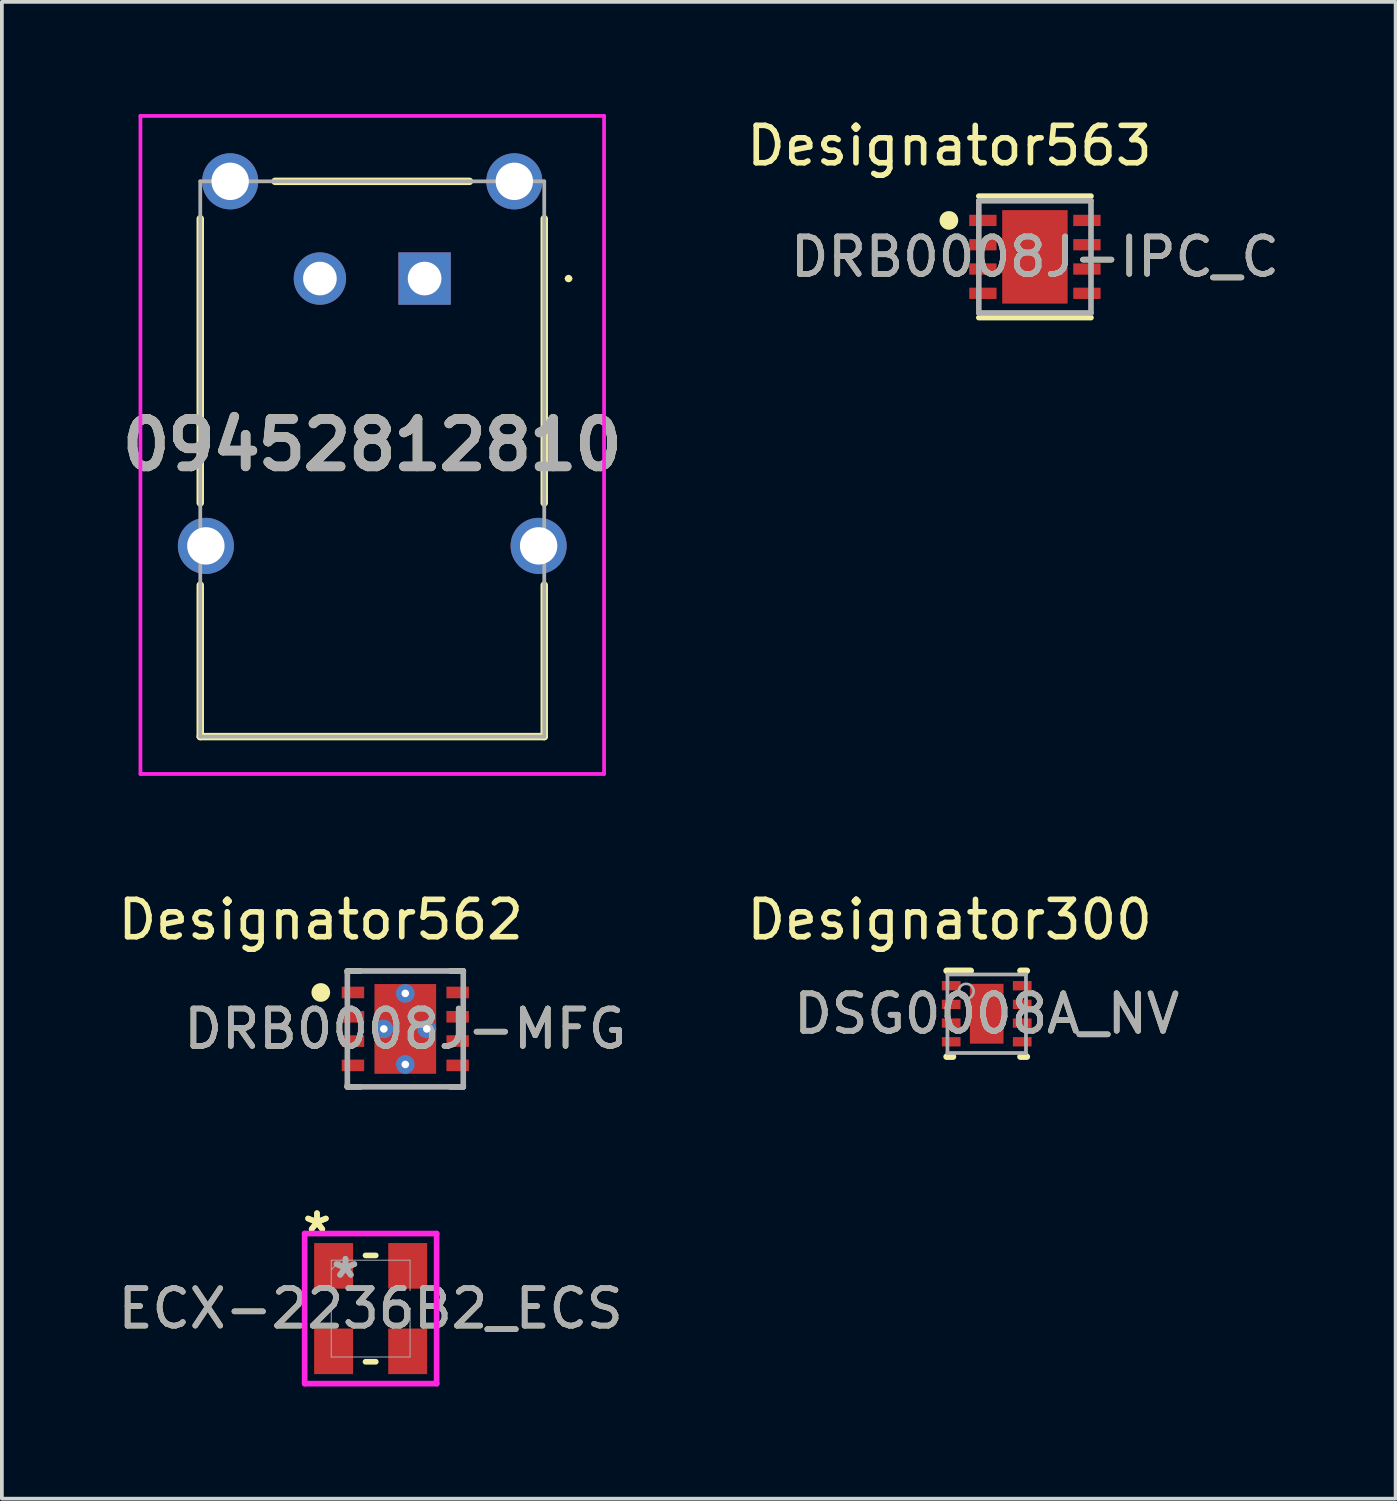
<source format=kicad_pcb>
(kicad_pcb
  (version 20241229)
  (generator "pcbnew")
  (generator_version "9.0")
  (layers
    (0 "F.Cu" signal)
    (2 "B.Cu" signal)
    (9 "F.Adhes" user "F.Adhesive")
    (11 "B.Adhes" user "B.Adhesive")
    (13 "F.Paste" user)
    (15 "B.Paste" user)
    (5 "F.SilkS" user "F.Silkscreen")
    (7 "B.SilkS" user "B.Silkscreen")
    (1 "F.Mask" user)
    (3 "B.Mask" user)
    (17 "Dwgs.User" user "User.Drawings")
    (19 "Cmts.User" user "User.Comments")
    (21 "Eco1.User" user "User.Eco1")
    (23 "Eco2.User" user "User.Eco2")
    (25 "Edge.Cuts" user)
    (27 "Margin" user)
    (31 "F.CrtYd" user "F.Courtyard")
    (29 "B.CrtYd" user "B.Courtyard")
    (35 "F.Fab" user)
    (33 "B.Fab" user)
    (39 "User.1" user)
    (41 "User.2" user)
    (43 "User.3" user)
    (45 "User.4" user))
  (footprint "ECX-2236B2_ECS"
    (layer "F.Cu")
    (at 6.863 31.949)
    (property "Reference" "ECX-2236B2_ECS" (at 0 0 0) (unlocked yes) (layer "F.SilkS") (effects (font (size 1 1) (thickness 0.15))))
    (attr smd)
    (fp_line (start -0.137 -1.422) (end 0.137 -1.422) (stroke (width 0.152) (type solid)) (layer "F.SilkS"))
    (fp_line (start -0.137 1.422) (end 0.137 1.422) (stroke (width 0.152) (type solid)) (layer "F.SilkS"))
    (fp_line (start -1.765 -2.007) (end 1.765 -2.007) (stroke (width 0.152) (type solid)) (layer "F.CrtYd"))
    (fp_line (start -1.765 2.007) (end -1.765 -2.007) (stroke (width 0.152) (type solid)) (layer "F.CrtYd"))
    (fp_line (start 1.765 -2.007) (end 1.765 2.007) (stroke (width 0.152) (type solid)) (layer "F.CrtYd"))
    (fp_line (start 1.765 2.007) (end -1.765 2.007) (stroke (width 0.152) (type solid)) (layer "F.CrtYd"))
    (fp_line (start -1.054 -1.295) (end 1.054 -1.295) (stroke (width 0.025) (type solid)) (layer "F.Fab"))
    (fp_line (start -1.054 -0.483) (end -1.054 -1.295) (stroke (width 0.025) (type solid)) (layer "F.Fab"))
    (fp_line (start -1.054 0) (end -1.054 0.483) (stroke (width 0.025) (type solid)) (layer "F.Fab"))
    (fp_line (start -1.054 0.483) (end -1.054 1.295) (stroke (width 0.025) (type solid)) (layer "F.Fab"))
    (fp_line (start -1.054 1.295) (end 1.054 1.295) (stroke (width 0.025) (type solid)) (layer "F.Fab"))
    (fp_line (start -0.8 -1.295) (end -1.054 -1.041) (stroke (width 0.025) (type solid)) (layer "F.Fab"))
    (fp_line (start 1.054 -0.483) (end 1.054 -1.295) (stroke (width 0.025) (type solid)) (layer "F.Fab"))
    (fp_line (start 1.054 0) (end 1.054 0.483) (stroke (width 0.025) (type solid)) (layer "F.Fab"))
    (fp_line (start 1.054 0.483) (end 1.054 1.295) (stroke (width 0.025) (type solid)) (layer "F.Fab"))
    (fp_arc (start -1.0541 0) (mid -1.0541 0) (end -1.0541 0) (stroke (width 0.0254) (type solid)) (layer "F.Fab"))
    (fp_arc (start 1.0541 0) (mid 1.0541 0) (end 1.0541 0) (stroke (width 0.0254) (type solid)) (layer "F.Fab"))
    (fp_text user "*" (at -1.435 -2.007 0) (unlocked yes) (layer "F.SilkS") (effects (font (size 1 1) (thickness 0.15))))
    (fp_text user "*" (at -1.435 -2.007 0) (layer "F.SilkS") (effects (font (size 1 1) (thickness 0.15))))
    (fp_text user "*" (at -0.673 -0.787 0) (layer "F.Fab") (effects (font (size 1 1) (thickness 0.15))))
    (fp_text user "*" (at -0.673 -0.787 0) (unlocked yes) (layer "F.Fab") (effects (font (size 1 1) (thickness 0.15))))
    (fp_text user "${REFERENCE}" (at 0 0 0) (unlocked yes) (layer "F.Fab") (effects (font (size 1 1) (thickness 0.15))))
    (pad "1" smd rect (at -0.991 -1.143) (size 1.041 1.219) (layers "F.Cu" "F.Mask" "F.Paste"))
    (pad "2" smd rect (at -0.991 1.143) (size 1.041 1.219) (layers "F.Cu" "F.Mask" "F.Paste"))
    (pad "3" smd rect (at 0.991 1.143) (size 1.041 1.219) (layers "F.Cu" "F.Mask" "F.Paste"))
    (pad "4" smd rect (at 0.991 -1.143) (size 1.041 1.219) (layers "F.Cu" "F.Mask" "F.Paste")))
  (footprint "DRB0008J-IPC_C"
    (layer "F.Cu")
    (at 24.629 3.82)
    (property "Reference" "DRB0008J-IPC_C" (at 0 0 0) (unlocked yes) (layer "F.SilkS") (effects (font (size 1 1) (thickness 0.15))))
    (attr smd)
    (fp_line (start -1.5 -1.625) (end 1.5 -1.625) (stroke (width 0.15) (type solid)) (layer "F.SilkS"))
    (fp_line (start -1.5 1.625) (end 1.5 1.625) (stroke (width 0.15) (type solid)) (layer "F.SilkS"))
    (fp_circle (center -2.3 -0.975) (end -2.175 -0.975) (stroke (width 0.25) (type solid)) (fill no) (layer "F.SilkS"))
    (fp_poly (pts (xy -0.5 0.875) (xy 0.5 0.875) (xy 0.5 -0.875) (xy -0.5 -0.875)) (stroke (width 0) (type solid)) (fill yes) (layer "F.Paste"))
    (fp_line (start -1.5 -1.5) (end 1.5 -1.5) (stroke (width 0.15) (type solid)) (layer "F.Fab"))
    (fp_line (start -1.5 1.5) (end -1.5 -1.5) (stroke (width 0.15) (type solid)) (layer "F.Fab"))
    (fp_line (start -1.5 1.5) (end 1.5 1.5) (stroke (width 0.15) (type solid)) (layer "F.Fab"))
    (fp_line (start 1.5 1.5) (end 1.5 -1.5) (stroke (width 0.15) (type solid)) (layer "F.Fab"))
    (fp_text user "Designator563" (at -2.286 -2.972 0) (unlocked yes) (layer "F.SilkS") (effects (font (size 1 1) (thickness 0.15))))
    (fp_text user "${REFERENCE}" (at 0 0 0) (unlocked yes) (layer "F.Fab") (effects (font (size 1 1) (thickness 0.15))))
    (pad "1" smd rect (at -1.391 -0.975) (size 0.731 0.302) (layers "F.Cu" "F.Mask" "F.Paste"))
    (pad "2" smd rect (at -1.391 -0.325) (size 0.731 0.302) (layers "F.Cu" "F.Mask" "F.Paste"))
    (pad "3" smd rect (at -1.391 0.325) (size 0.731 0.302) (layers "F.Cu" "F.Mask" "F.Paste"))
    (pad "4" smd rect (at -1.391 0.975) (size 0.731 0.302) (layers "F.Cu" "F.Mask" "F.Paste"))
    (pad "5" smd rect (at 1.391 0.975) (size 0.731 0.302) (layers "F.Cu" "F.Mask" "F.Paste"))
    (pad "6" smd rect (at 1.391 0.325) (size 0.731 0.302) (layers "F.Cu" "F.Mask" "F.Paste"))
    (pad "7" smd rect (at 1.391 -0.325) (size 0.731 0.302) (layers "F.Cu" "F.Mask" "F.Paste"))
    (pad "8" smd rect (at 1.391 -0.975) (size 0.731 0.302) (layers "F.Cu" "F.Mask" "F.Paste"))
    (pad "9" smd rect (at 0 0) (size 1.75 2.5) (layers "F.Cu" "F.Mask")))
  (footprint "DRB0008J-MFG"
    (layer "F.Cu")
    (at 7.79 24.469)
    (property "Reference" "DRB0008J-MFG" (at 0 0 0) (unlocked yes) (layer "F.SilkS") (effects (font (size 1 1) (thickness 0.15))))
    (attr smd)
    (fp_line (start -1.55 -1.55) (end -1.2 -1.55) (stroke (width 0.15) (type solid)) (layer "F.SilkS"))
    (fp_line (start -1.55 -1.505) (end -1.55 -1.55) (stroke (width 0.15) (type solid)) (layer "F.SilkS"))
    (fp_line (start -1.55 1.55) (end -1.55 1.505) (stroke (width 0.15) (type solid)) (layer "F.SilkS"))
    (fp_line (start -1.55 1.55) (end -1.2 1.55) (stroke (width 0.15) (type solid)) (layer "F.SilkS"))
    (fp_line (start 1.2 -1.55) (end 1.55 -1.55) (stroke (width 0.15) (type solid)) (layer "F.SilkS"))
    (fp_line (start 1.2 1.55) (end 1.55 1.55) (stroke (width 0.15) (type solid)) (layer "F.SilkS"))
    (fp_line (start 1.55 -1.505) (end 1.55 -1.55) (stroke (width 0.15) (type solid)) (layer "F.SilkS"))
    (fp_line (start 1.55 1.55) (end 1.55 1.505) (stroke (width 0.15) (type solid)) (layer "F.SilkS"))
    (fp_circle (center -2.26 -0.975) (end -2.135 -0.975) (stroke (width 0.25) (type solid)) (fill no) (layer "F.SilkS"))
    (fp_poly (pts (xy -0.755 0.15) (xy -0.705 0.1) (xy 0.705 0.1) (xy 0.755 0.15) (xy 0.755 1.11) (xy 0.705 1.16) (xy -0.705 1.16) (xy -0.755 1.11)) (stroke (width 0) (type solid)) (fill yes) (layer "F.Paste"))
    (fp_poly (pts (xy -0.705 -1.16) (xy 0.705 -1.16) (xy 0.755 -1.11) (xy 0.755 -0.15) (xy 0.705 -0.1) (xy -0.705 -0.1) (xy -0.755 -0.15) (xy -0.755 -1.11)) (stroke (width 0) (type solid)) (fill yes) (layer "F.Paste"))
    (fp_line (start -1.55 -1.55) (end 1.55 -1.55) (stroke (width 0.15) (type solid)) (layer "F.Fab"))
    (fp_line (start -1.55 1.55) (end -1.55 -1.55) (stroke (width 0.15) (type solid)) (layer "F.Fab"))
    (fp_line (start -1.55 1.55) (end 1.55 1.55) (stroke (width 0.15) (type solid)) (layer "F.Fab"))
    (fp_line (start 1.55 1.55) (end 1.55 -1.55) (stroke (width 0.15) (type solid)) (layer "F.Fab"))
    (fp_text user "Designator562" (at -2.261 -2.921 0) (unlocked yes) (layer "F.SilkS") (effects (font (size 1 1) (thickness 0.15))))
    (fp_text user "${REFERENCE}" (at 0 0 0) (unlocked yes) (layer "F.Fab") (effects (font (size 1 1) (thickness 0.15))))
    (pad "1" smd rect (at -1.4 -0.975) (size 0.6 0.31) (layers "F.Cu" "F.Mask" "F.Paste"))
    (pad "2" smd rect (at -1.4 -0.325) (size 0.6 0.31) (layers "F.Cu" "F.Mask" "F.Paste"))
    (pad "3" smd rect (at -1.4 0.325) (size 0.6 0.31) (layers "F.Cu" "F.Mask" "F.Paste"))
    (pad "4" smd rect (at -1.4 0.975) (size 0.6 0.31) (layers "F.Cu" "F.Mask" "F.Paste"))
    (pad "5" smd rect (at 1.4 0.975) (size 0.6 0.31) (layers "F.Cu" "F.Mask" "F.Paste"))
    (pad "6" smd rect (at 1.4 0.325) (size 0.6 0.31) (layers "F.Cu" "F.Mask" "F.Paste"))
    (pad "7" smd rect (at 1.4 -0.325) (size 0.6 0.31) (layers "F.Cu" "F.Mask" "F.Paste"))
    (pad "8" smd rect (at 1.4 -0.975) (size 0.6 0.31) (layers "F.Cu" "F.Mask" "F.Paste"))
    (pad "9" smd rect (at 0 0) (size 1.65 2.4) (layers "F.Cu" "F.Mask"))
    (pad "10" thru_hole circle (at -0.575 0) (size 0.5 0.5) (drill 0.203) (layers "*.Cu" "*.Mask"))
    (pad "11" thru_hole circle (at 0.575 0) (size 0.5 0.5) (drill 0.203) (layers "*.Cu" "*.Mask"))
    (pad "12" thru_hole circle (at 0 -0.95) (size 0.5 0.5) (drill 0.203) (layers "*.Cu" "*.Mask"))
    (pad "13" thru_hole circle (at 0 0.95) (size 0.5 0.5) (drill 0.203) (layers "*.Cu" "*.Mask")))
  (footprint "DSG0008A_NV"
    (layer "F.Cu")
    (at 23.34 24.063)
    (property "Reference" "DSG0008A_NV" (at 0 0 0) (unlocked yes) (layer "F.SilkS") (effects (font (size 1 1) (thickness 0.15))))
    (attr smd)
    (fp_line (start -1.075 -1.15) (end -0.425 -1.15) (stroke (width 0.17) (type solid)) (layer "F.SilkS"))
    (fp_line (start -1.075 1.15) (end -0.9 1.15) (stroke (width 0.17) (type solid)) (layer "F.SilkS"))
    (fp_line (start 0.9 -1.15) (end 1.075 -1.15) (stroke (width 0.17) (type solid)) (layer "F.SilkS"))
    (fp_line (start 0.9 1.15) (end 1.075 1.15) (stroke (width 0.17) (type solid)) (layer "F.SilkS"))
    (fp_poly (pts (xy -0.45 -0.149) (xy -0.45 -0.751) (xy -0.449 -0.761) (xy -0.446 -0.77) (xy -0.442 -0.778) (xy -0.436 -0.786) (xy -0.428 -0.792) (xy -0.42 -0.796) (xy -0.411 -0.799) (xy -0.401 -0.8) (xy 0.401 -0.8) (xy 0.411 -0.799) (xy 0.42 -0.796) (xy 0.428 -0.792) (xy 0.436 -0.786) (xy 0.442 -0.778) (xy 0.446 -0.77) (xy 0.449 -0.761) (xy 0.45 -0.751) (xy 0.45 -0.149) (xy 0.449 -0.139) (xy 0.446 -0.13) (xy 0.442 -0.122) (xy 0.436 -0.114) (xy 0.428 -0.108) (xy 0.42 -0.104) (xy 0.411 -0.101) (xy 0.401 -0.1) (xy -0.401 -0.1) (xy -0.411 -0.101) (xy -0.42 -0.104) (xy -0.428 -0.108) (xy -0.436 -0.114) (xy -0.442 -0.122) (xy -0.446 -0.13) (xy -0.449 -0.139)) (stroke (width 0) (type solid)) (fill yes) (layer "F.Paste"))
    (fp_poly (pts (xy -0.45 0.751) (xy -0.45 0.149) (xy -0.449 0.139) (xy -0.446 0.13) (xy -0.442 0.122) (xy -0.436 0.114) (xy -0.428 0.108) (xy -0.42 0.104) (xy -0.411 0.101) (xy -0.401 0.1) (xy 0.401 0.1) (xy 0.411 0.101) (xy 0.42 0.104) (xy 0.428 0.108) (xy 0.436 0.114) (xy 0.442 0.122) (xy 0.446 0.13) (xy 0.449 0.139) (xy 0.45 0.149) (xy 0.45 0.751) (xy 0.449 0.761) (xy 0.446 0.77) (xy 0.442 0.778) (xy 0.436 0.786) (xy 0.428 0.792) (xy 0.42 0.796) (xy 0.411 0.799) (xy 0.401 0.8) (xy -0.401 0.8) (xy -0.411 0.799) (xy -0.42 0.796) (xy -0.428 0.792) (xy -0.436 0.786) (xy -0.442 0.778) (xy -0.446 0.77) (xy -0.449 0.761)) (stroke (width 0) (type solid)) (fill yes) (layer "F.Paste"))
    (fp_line (start -1.05 -1.05) (end 1.05 -1.05) (stroke (width 0.1) (type solid)) (layer "F.Fab"))
    (fp_line (start -1.05 1.05) (end -1.05 -1.05) (stroke (width 0.1) (type solid)) (layer "F.Fab"))
    (fp_line (start -1.05 1.05) (end 1.05 1.05) (stroke (width 0.1) (type solid)) (layer "F.Fab"))
    (fp_line (start 1.05 1.05) (end 1.05 -1.05) (stroke (width 0.1) (type solid)) (layer "F.Fab"))
    (fp_circle (center -0.55 -0.6) (end -0.35 -0.6) (stroke (width 0.07) (type solid)) (fill no) (layer "F.Fab"))
    (fp_text user "Designator300" (at -0.991 -2.515 0) (unlocked yes) (layer "F.SilkS") (effects (font (size 1 1) (thickness 0.15))))
    (fp_text user "${REFERENCE}" (at 0 0 0) (unlocked yes) (layer "F.Fab") (effects (font (size 1 1) (thickness 0.15))))
    (pad "1" smd rect (at -0.95 -0.75 90) (size 0.25 0.5) (layers "F.Cu" "F.Mask" "F.Paste"))
    (pad "2" smd rect (at -0.95 -0.25 90) (size 0.25 0.5) (layers "F.Cu" "F.Mask" "F.Paste"))
    (pad "3" smd rect (at -0.95 0.25 90) (size 0.25 0.5) (layers "F.Cu" "F.Mask" "F.Paste"))
    (pad "4" smd rect (at -0.95 0.75 90) (size 0.25 0.5) (layers "F.Cu" "F.Mask" "F.Paste"))
    (pad "5" smd rect (at 0.95 0.75 90) (size 0.25 0.5) (layers "F.Cu" "F.Mask" "F.Paste"))
    (pad "6" smd rect (at 0.95 0.25 90) (size 0.25 0.5) (layers "F.Cu" "F.Mask" "F.Paste"))
    (pad "7" smd rect (at 0.95 -0.25 90) (size 0.25 0.5) (layers "F.Cu" "F.Mask" "F.Paste"))
    (pad "8" smd rect (at 0.95 -0.75 90) (size 0.25 0.5) (layers "F.Cu" "F.Mask" "F.Paste"))
    (pad "9" smd rect (at 0 -0.000003) (size 0.9 1.6) (layers "F.Cu" "F.Mask" "F.Paste")))
  (footprint "09452812810"
    (layer "F.Cu")
    (at 8.306 4.4)
    (property "Reference" "09452812810" (at -1.4 4.45 0) (layer "F.SilkS") (effects (font (size 1.27 1.27) (thickness 0.254))))
    (attr through_hole)
    (fp_line (start -6 6) (end -6 -1.6) (stroke (width 0.2) (type solid)) (layer "F.SilkS"))
    (fp_line (start -6 12.25) (end -6 8.2) (stroke (width 0.2) (type solid)) (layer "F.SilkS"))
    (fp_line (start -4 -2.6) (end 1.2 -2.6) (stroke (width 0.2) (type solid)) (layer "F.SilkS"))
    (fp_line (start 3.2 -1.6) (end 3.2 6) (stroke (width 0.2) (type solid)) (layer "F.SilkS"))
    (fp_line (start 3.2 8.2) (end 3.2 12.25) (stroke (width 0.2) (type solid)) (layer "F.SilkS"))
    (fp_line (start 3.2 12.25) (end -6 12.25) (stroke (width 0.2) (type solid)) (layer "F.SilkS"))
    (fp_line (start 3.8 0) (end 3.8 0) (stroke (width 0.1) (type solid)) (layer "F.SilkS"))
    (fp_line (start 3.9 0) (end 3.9 0) (stroke (width 0.1) (type solid)) (layer "F.SilkS"))
    (fp_arc (start 3.8 0) (mid 3.85 -0.05) (end 3.9 0) (stroke (width 0.1) (type solid)) (layer "F.SilkS"))
    (fp_arc (start 3.9 0) (mid 3.85 0.05) (end 3.8 0) (stroke (width 0.1) (type solid)) (layer "F.SilkS"))
    (fp_line (start -7.6 -4.35) (end 4.8 -4.35) (stroke (width 0.1) (type solid)) (layer "F.CrtYd"))
    (fp_line (start -7.6 13.25) (end -7.6 -4.35) (stroke (width 0.1) (type solid)) (layer "F.CrtYd"))
    (fp_line (start 4.8 -4.35) (end 4.8 13.25) (stroke (width 0.1) (type solid)) (layer "F.CrtYd"))
    (fp_line (start 4.8 13.25) (end -7.6 13.25) (stroke (width 0.1) (type solid)) (layer "F.CrtYd"))
    (fp_line (start -6 -2.6) (end 3.2 -2.6) (stroke (width 0.1) (type solid)) (layer "F.Fab"))
    (fp_line (start -6 12.25) (end -6 -2.6) (stroke (width 0.1) (type solid)) (layer "F.Fab"))
    (fp_line (start 3.2 -2.6) (end 3.2 12.25) (stroke (width 0.1) (type solid)) (layer "F.Fab"))
    (fp_line (start 3.2 12.25) (end -6 12.25) (stroke (width 0.1) (type solid)) (layer "F.Fab"))
    (fp_text user "${REFERENCE}" (at -1.4 4.45 0) (layer "F.Fab") (effects (font (size 1.27 1.27) (thickness 0.254))))
    (pad "1" thru_hole rect (at 0 0) (size 1.4 1.4) (drill 0.9) (layers "*.Cu" "*.Mask"))
    (pad "2" thru_hole circle (at -2.8 0) (size 1.4 1.4) (drill 0.9) (layers "*.Cu" "*.Mask"))
    (pad "3" thru_hole circle (at -5.2 -2.6) (size 1.5 1.5) (drill 1) (layers "*.Cu" "*.Mask"))
    (pad "4" thru_hole circle (at 2.4 -2.6) (size 1.5 1.5) (drill 1) (layers "*.Cu" "*.Mask"))
    (pad "5" thru_hole circle (at -5.85 7.15) (size 1.5 1.5) (drill 1) (layers "*.Cu" "*.Mask"))
    (pad "6" thru_hole circle (at 3.05 7.15) (size 1.5 1.5) (drill 1) (layers "*.Cu" "*.Mask")))
  (gr_rect
    (start -3 -3)
    (end 34.277 37.032)
    (stroke (width 0.1) (type default))
    (fill no)
    (layer "Edge.Cuts")))
</source>
